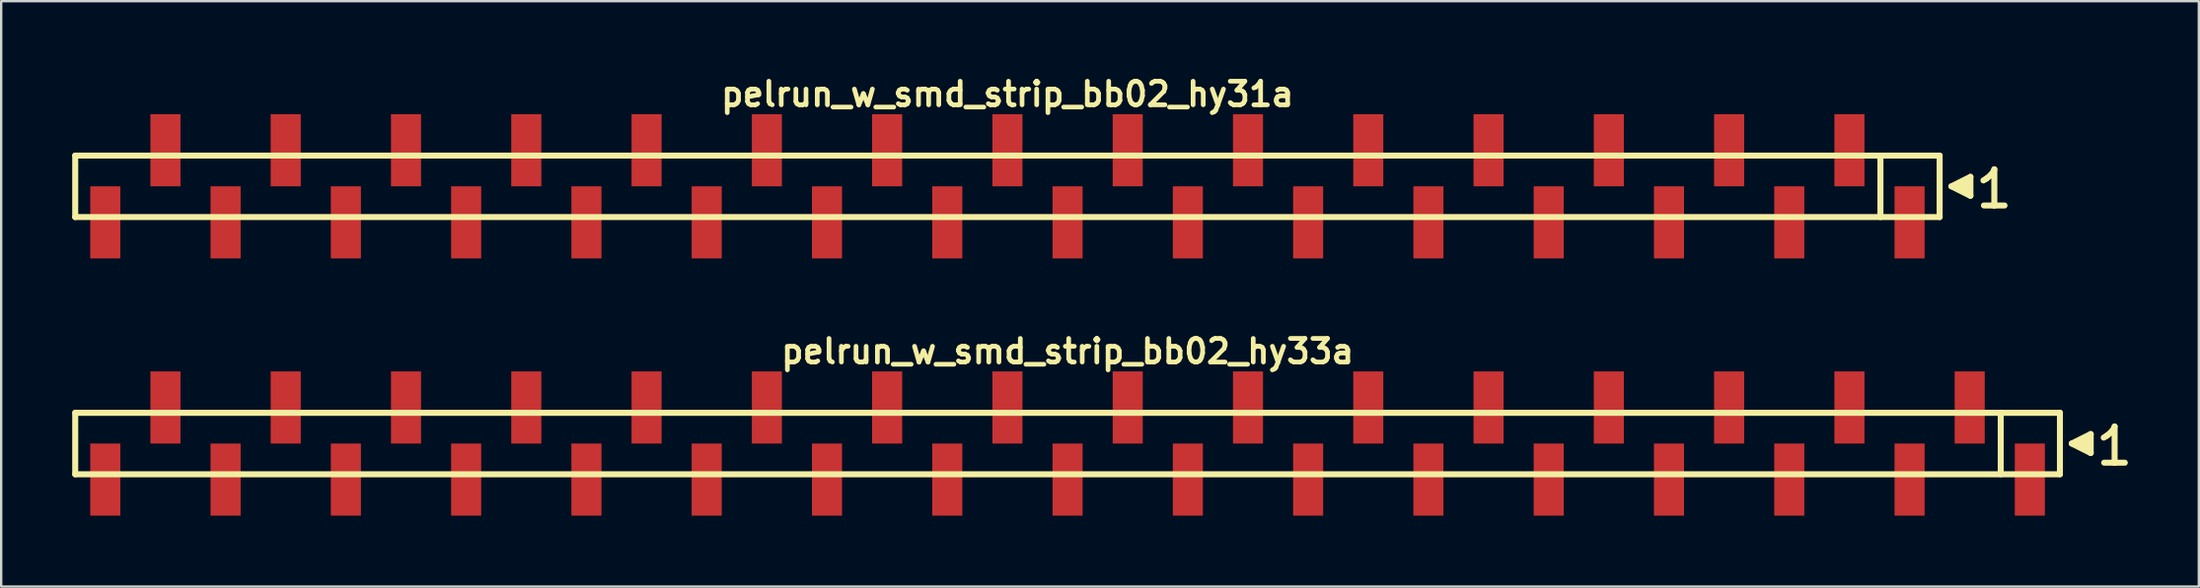
<source format=kicad_pcb>
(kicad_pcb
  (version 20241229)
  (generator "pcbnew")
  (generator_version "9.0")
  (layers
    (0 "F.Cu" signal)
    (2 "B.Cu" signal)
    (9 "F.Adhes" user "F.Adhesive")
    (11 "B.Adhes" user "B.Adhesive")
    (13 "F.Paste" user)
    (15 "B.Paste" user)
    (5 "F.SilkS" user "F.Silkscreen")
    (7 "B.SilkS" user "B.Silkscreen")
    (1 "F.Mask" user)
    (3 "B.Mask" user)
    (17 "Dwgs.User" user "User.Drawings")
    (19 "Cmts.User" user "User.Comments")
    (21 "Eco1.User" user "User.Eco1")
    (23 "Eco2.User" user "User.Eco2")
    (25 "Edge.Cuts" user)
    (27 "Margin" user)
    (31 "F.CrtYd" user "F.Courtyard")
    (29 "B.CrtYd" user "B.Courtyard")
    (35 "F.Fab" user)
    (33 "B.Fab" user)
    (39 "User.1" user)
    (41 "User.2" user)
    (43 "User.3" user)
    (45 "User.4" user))
  (footprint "pelrun_w_smd_strip_bb02_hy31a"
    (layer "F.Cu")
    (at 39.497 4.832)
    (property "Reference" "pelrun_w_smd_strip_bb02_hy31a" (at 0 -3.9 0) (layer "F.SilkS") (effects (font (size 0.998 0.998) (thickness 0.198))))
    (attr through_hole)
    (fp_line (start -39.37 -1.3) (end 39.37 -1.3) (stroke (width 0.254) (type solid)) (layer "F.SilkS"))
    (fp_line (start -39.37 1.3) (end -39.37 -1.3) (stroke (width 0.254) (type solid)) (layer "F.SilkS"))
    (fp_line (start 36.87 1.3) (end 36.87 -1.3) (stroke (width 0.254) (type solid)) (layer "F.SilkS"))
    (fp_line (start 39.37 -1.3) (end 39.37 1.3) (stroke (width 0.254) (type solid)) (layer "F.SilkS"))
    (fp_line (start 39.37 1.3) (end -39.37 1.3) (stroke (width 0.254) (type solid)) (layer "F.SilkS"))
    (fp_line (start 39.87 0) (end 40.67 0.4) (stroke (width 0.254) (type solid)) (layer "F.SilkS"))
    (fp_line (start 40.17 0.1) (end 40.17 -0.1) (stroke (width 0.254) (type solid)) (layer "F.SilkS"))
    (fp_line (start 40.27 -0.1) (end 40.27 0.1) (stroke (width 0.254) (type solid)) (layer "F.SilkS"))
    (fp_line (start 40.37 0.2) (end 40.37 -0.2) (stroke (width 0.254) (type solid)) (layer "F.SilkS"))
    (fp_line (start 40.47 -0.2) (end 40.47 0.2) (stroke (width 0.254) (type solid)) (layer "F.SilkS"))
    (fp_line (start 40.57 0.3) (end 40.57 -0.3) (stroke (width 0.254) (type solid)) (layer "F.SilkS"))
    (fp_line (start 40.67 -0.4) (end 39.87 0) (stroke (width 0.254) (type solid)) (layer "F.SilkS"))
    (fp_line (start 40.67 0.4) (end 40.67 -0.4) (stroke (width 0.254) (type solid)) (layer "F.SilkS"))
    (fp_line (start 41.22 -0.25) (end 41.35 -0.33) (stroke (width 0.254) (type solid)) (layer "F.SilkS"))
    (fp_line (start 41.35 -0.33) (end 41.51 -0.46) (stroke (width 0.254) (type solid)) (layer "F.SilkS"))
    (fp_line (start 41.51 -0.46) (end 41.65 -0.63) (stroke (width 0.254) (type solid)) (layer "F.SilkS"))
    (fp_line (start 41.65 -0.63) (end 41.68 -0.72) (stroke (width 0.254) (type solid)) (layer "F.SilkS"))
    (fp_line (start 41.68 -0.72) (end 41.68 0.81) (stroke (width 0.254) (type solid)) (layer "F.SilkS"))
    (fp_line (start 41.68 0.81) (end 41.24 0.81) (stroke (width 0.254) (type solid)) (layer "F.SilkS"))
    (fp_line (start 42.11 0.81) (end 41.67 0.81) (stroke (width 0.254) (type solid)) (layer "F.SilkS"))
    (pad "1" smd rect (at 38.1 1.525) (size 1.27 3.05) (layers "F.Cu" "F.Mask" "F.Paste"))
    (pad "2" smd rect (at 35.56 -1.525) (size 1.27 3.05) (layers "F.Cu" "F.Mask" "F.Paste"))
    (pad "3" smd rect (at 33.02 1.525) (size 1.27 3.05) (layers "F.Cu" "F.Mask" "F.Paste"))
    (pad "4" smd rect (at 30.48 -1.525) (size 1.27 3.05) (layers "F.Cu" "F.Mask" "F.Paste"))
    (pad "5" smd rect (at 27.94 1.525) (size 1.27 3.05) (layers "F.Cu" "F.Mask" "F.Paste"))
    (pad "6" smd rect (at 25.4 -1.525) (size 1.27 3.05) (layers "F.Cu" "F.Mask" "F.Paste"))
    (pad "7" smd rect (at 22.86 1.525) (size 1.27 3.05) (layers "F.Cu" "F.Mask" "F.Paste"))
    (pad "8" smd rect (at 20.32 -1.525) (size 1.27 3.05) (layers "F.Cu" "F.Mask" "F.Paste"))
    (pad "9" smd rect (at 17.78 1.525) (size 1.27 3.05) (layers "F.Cu" "F.Mask" "F.Paste"))
    (pad "10" smd rect (at 15.24 -1.525) (size 1.27 3.05) (layers "F.Cu" "F.Mask" "F.Paste"))
    (pad "11" smd rect (at 12.7 1.525) (size 1.27 3.05) (layers "F.Cu" "F.Mask" "F.Paste"))
    (pad "12" smd rect (at 10.16 -1.525) (size 1.27 3.05) (layers "F.Cu" "F.Mask" "F.Paste"))
    (pad "13" smd rect (at 7.62 1.525) (size 1.27 3.05) (layers "F.Cu" "F.Mask" "F.Paste"))
    (pad "14" smd rect (at 5.08 -1.525) (size 1.27 3.05) (layers "F.Cu" "F.Mask" "F.Paste"))
    (pad "15" smd rect (at 2.54 1.525) (size 1.27 3.05) (layers "F.Cu" "F.Mask" "F.Paste"))
    (pad "16" smd rect (at 0 -1.525) (size 1.27 3.05) (layers "F.Cu" "F.Mask" "F.Paste"))
    (pad "17" smd rect (at -2.54 1.525) (size 1.27 3.05) (layers "F.Cu" "F.Mask" "F.Paste"))
    (pad "18" smd rect (at -5.08 -1.525) (size 1.27 3.05) (layers "F.Cu" "F.Mask" "F.Paste"))
    (pad "19" smd rect (at -7.62 1.525) (size 1.27 3.05) (layers "F.Cu" "F.Mask" "F.Paste"))
    (pad "20" smd rect (at -10.16 -1.525) (size 1.27 3.05) (layers "F.Cu" "F.Mask" "F.Paste"))
    (pad "21" smd rect (at -12.7 1.525) (size 1.27 3.05) (layers "F.Cu" "F.Mask" "F.Paste"))
    (pad "22" smd rect (at -15.24 -1.525) (size 1.27 3.05) (layers "F.Cu" "F.Mask" "F.Paste"))
    (pad "23" smd rect (at -17.78 1.525) (size 1.27 3.05) (layers "F.Cu" "F.Mask" "F.Paste"))
    (pad "24" smd rect (at -20.32 -1.525) (size 1.27 3.05) (layers "F.Cu" "F.Mask" "F.Paste"))
    (pad "25" smd rect (at -22.86 1.525) (size 1.27 3.05) (layers "F.Cu" "F.Mask" "F.Paste"))
    (pad "26" smd rect (at -25.4 -1.525) (size 1.27 3.05) (layers "F.Cu" "F.Mask" "F.Paste"))
    (pad "27" smd rect (at -27.94 1.525) (size 1.27 3.05) (layers "F.Cu" "F.Mask" "F.Paste"))
    (pad "28" smd rect (at -30.48 -1.525) (size 1.27 3.05) (layers "F.Cu" "F.Mask" "F.Paste"))
    (pad "29" smd rect (at -33.02 1.525) (size 1.27 3.05) (layers "F.Cu" "F.Mask" "F.Paste"))
    (pad "30" smd rect (at -35.56 -1.525) (size 1.27 3.05) (layers "F.Cu" "F.Mask" "F.Paste"))
    (pad "31" smd rect (at -38.1 1.525) (size 1.27 3.05) (layers "F.Cu" "F.Mask" "F.Paste")))
  (footprint "pelrun_w_smd_strip_bb02_hy33a"
    (layer "F.Cu")
    (at 42.037 15.713)
    (property "Reference" "pelrun_w_smd_strip_bb02_hy33a" (at 0 -3.9 0) (layer "F.SilkS") (effects (font (size 0.998 0.998) (thickness 0.198))))
    (attr through_hole)
    (fp_line (start -41.91 -1.3) (end 41.91 -1.3) (stroke (width 0.254) (type solid)) (layer "F.SilkS"))
    (fp_line (start -41.91 1.3) (end -41.91 -1.3) (stroke (width 0.254) (type solid)) (layer "F.SilkS"))
    (fp_line (start 39.41 1.3) (end 39.41 -1.3) (stroke (width 0.254) (type solid)) (layer "F.SilkS"))
    (fp_line (start 41.91 -1.3) (end 41.91 1.3) (stroke (width 0.254) (type solid)) (layer "F.SilkS"))
    (fp_line (start 41.91 1.3) (end -41.91 1.3) (stroke (width 0.254) (type solid)) (layer "F.SilkS"))
    (fp_line (start 42.41 0) (end 43.21 0.4) (stroke (width 0.254) (type solid)) (layer "F.SilkS"))
    (fp_line (start 42.71 0.1) (end 42.71 -0.1) (stroke (width 0.254) (type solid)) (layer "F.SilkS"))
    (fp_line (start 42.81 -0.1) (end 42.81 0.1) (stroke (width 0.254) (type solid)) (layer "F.SilkS"))
    (fp_line (start 42.91 0.2) (end 42.91 -0.2) (stroke (width 0.254) (type solid)) (layer "F.SilkS"))
    (fp_line (start 43.01 -0.2) (end 43.01 0.2) (stroke (width 0.254) (type solid)) (layer "F.SilkS"))
    (fp_line (start 43.11 0.3) (end 43.11 -0.3) (stroke (width 0.254) (type solid)) (layer "F.SilkS"))
    (fp_line (start 43.21 -0.4) (end 42.41 0) (stroke (width 0.254) (type solid)) (layer "F.SilkS"))
    (fp_line (start 43.21 0.4) (end 43.21 -0.4) (stroke (width 0.254) (type solid)) (layer "F.SilkS"))
    (fp_line (start 43.76 -0.25) (end 43.89 -0.33) (stroke (width 0.254) (type solid)) (layer "F.SilkS"))
    (fp_line (start 43.89 -0.33) (end 44.05 -0.46) (stroke (width 0.254) (type solid)) (layer "F.SilkS"))
    (fp_line (start 44.05 -0.46) (end 44.19 -0.63) (stroke (width 0.254) (type solid)) (layer "F.SilkS"))
    (fp_line (start 44.19 -0.63) (end 44.22 -0.72) (stroke (width 0.254) (type solid)) (layer "F.SilkS"))
    (fp_line (start 44.22 -0.72) (end 44.22 0.81) (stroke (width 0.254) (type solid)) (layer "F.SilkS"))
    (fp_line (start 44.22 0.81) (end 43.78 0.81) (stroke (width 0.254) (type solid)) (layer "F.SilkS"))
    (fp_line (start 44.65 0.81) (end 44.21 0.81) (stroke (width 0.254) (type solid)) (layer "F.SilkS"))
    (pad "1" smd rect (at 40.64 1.525) (size 1.27 3.05) (layers "F.Cu" "F.Mask" "F.Paste"))
    (pad "2" smd rect (at 38.1 -1.525) (size 1.27 3.05) (layers "F.Cu" "F.Mask" "F.Paste"))
    (pad "3" smd rect (at 35.56 1.525) (size 1.27 3.05) (layers "F.Cu" "F.Mask" "F.Paste"))
    (pad "4" smd rect (at 33.02 -1.525) (size 1.27 3.05) (layers "F.Cu" "F.Mask" "F.Paste"))
    (pad "5" smd rect (at 30.48 1.525) (size 1.27 3.05) (layers "F.Cu" "F.Mask" "F.Paste"))
    (pad "6" smd rect (at 27.94 -1.525) (size 1.27 3.05) (layers "F.Cu" "F.Mask" "F.Paste"))
    (pad "7" smd rect (at 25.4 1.525) (size 1.27 3.05) (layers "F.Cu" "F.Mask" "F.Paste"))
    (pad "8" smd rect (at 22.86 -1.525) (size 1.27 3.05) (layers "F.Cu" "F.Mask" "F.Paste"))
    (pad "9" smd rect (at 20.32 1.525) (size 1.27 3.05) (layers "F.Cu" "F.Mask" "F.Paste"))
    (pad "10" smd rect (at 17.78 -1.525) (size 1.27 3.05) (layers "F.Cu" "F.Mask" "F.Paste"))
    (pad "11" smd rect (at 15.24 1.525) (size 1.27 3.05) (layers "F.Cu" "F.Mask" "F.Paste"))
    (pad "12" smd rect (at 12.7 -1.525) (size 1.27 3.05) (layers "F.Cu" "F.Mask" "F.Paste"))
    (pad "13" smd rect (at 10.16 1.525) (size 1.27 3.05) (layers "F.Cu" "F.Mask" "F.Paste"))
    (pad "14" smd rect (at 7.62 -1.525) (size 1.27 3.05) (layers "F.Cu" "F.Mask" "F.Paste"))
    (pad "15" smd rect (at 5.08 1.525) (size 1.27 3.05) (layers "F.Cu" "F.Mask" "F.Paste"))
    (pad "16" smd rect (at 2.54 -1.525) (size 1.27 3.05) (layers "F.Cu" "F.Mask" "F.Paste"))
    (pad "17" smd rect (at 0 1.525) (size 1.27 3.05) (layers "F.Cu" "F.Mask" "F.Paste"))
    (pad "18" smd rect (at -2.54 -1.525) (size 1.27 3.05) (layers "F.Cu" "F.Mask" "F.Paste"))
    (pad "19" smd rect (at -5.08 1.525) (size 1.27 3.05) (layers "F.Cu" "F.Mask" "F.Paste"))
    (pad "20" smd rect (at -7.62 -1.525) (size 1.27 3.05) (layers "F.Cu" "F.Mask" "F.Paste"))
    (pad "21" smd rect (at -10.16 1.525) (size 1.27 3.05) (layers "F.Cu" "F.Mask" "F.Paste"))
    (pad "22" smd rect (at -12.7 -1.525) (size 1.27 3.05) (layers "F.Cu" "F.Mask" "F.Paste"))
    (pad "23" smd rect (at -15.24 1.525) (size 1.27 3.05) (layers "F.Cu" "F.Mask" "F.Paste"))
    (pad "24" smd rect (at -17.78 -1.525) (size 1.27 3.05) (layers "F.Cu" "F.Mask" "F.Paste"))
    (pad "25" smd rect (at -20.32 1.525) (size 1.27 3.05) (layers "F.Cu" "F.Mask" "F.Paste"))
    (pad "26" smd rect (at -22.86 -1.525) (size 1.27 3.05) (layers "F.Cu" "F.Mask" "F.Paste"))
    (pad "27" smd rect (at -25.4 1.525) (size 1.27 3.05) (layers "F.Cu" "F.Mask" "F.Paste"))
    (pad "28" smd rect (at -27.94 -1.525) (size 1.27 3.05) (layers "F.Cu" "F.Mask" "F.Paste"))
    (pad "29" smd rect (at -30.48 1.525) (size 1.27 3.05) (layers "F.Cu" "F.Mask" "F.Paste"))
    (pad "30" smd rect (at -33.02 -1.525) (size 1.27 3.05) (layers "F.Cu" "F.Mask" "F.Paste"))
    (pad "31" smd rect (at -35.56 1.525) (size 1.27 3.05) (layers "F.Cu" "F.Mask" "F.Paste"))
    (pad "32" smd rect (at -38.1 -1.525) (size 1.27 3.05) (layers "F.Cu" "F.Mask" "F.Paste"))
    (pad "33" smd rect (at -40.64 1.525) (size 1.27 3.05) (layers "F.Cu" "F.Mask" "F.Paste")))
  (gr_rect
    (start -3 -3)
    (end 89.814 21.763)
    (stroke (width 0.1) (type default))
    (fill no)
    (layer "Edge.Cuts")))
</source>
